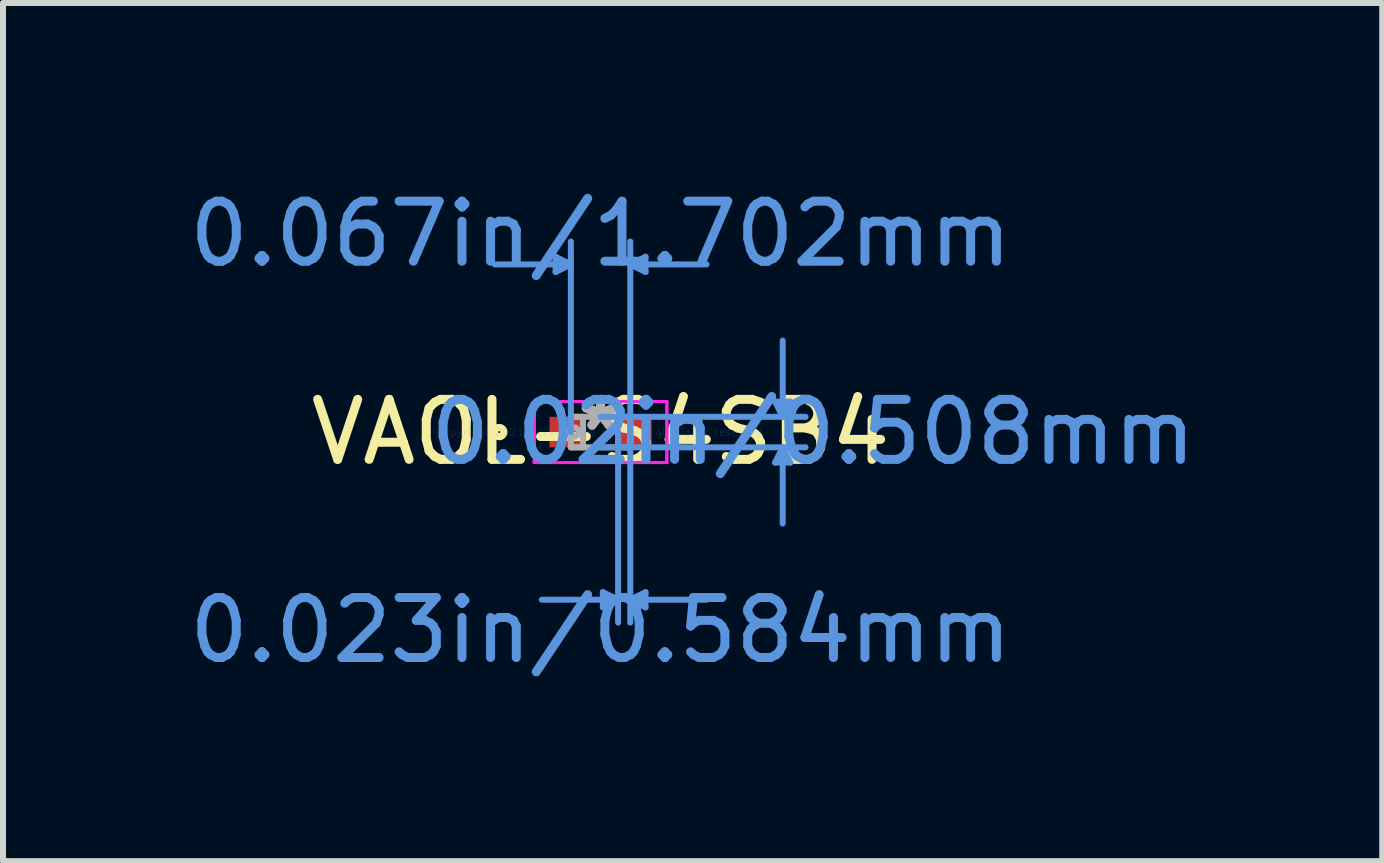
<source format=kicad_pcb>
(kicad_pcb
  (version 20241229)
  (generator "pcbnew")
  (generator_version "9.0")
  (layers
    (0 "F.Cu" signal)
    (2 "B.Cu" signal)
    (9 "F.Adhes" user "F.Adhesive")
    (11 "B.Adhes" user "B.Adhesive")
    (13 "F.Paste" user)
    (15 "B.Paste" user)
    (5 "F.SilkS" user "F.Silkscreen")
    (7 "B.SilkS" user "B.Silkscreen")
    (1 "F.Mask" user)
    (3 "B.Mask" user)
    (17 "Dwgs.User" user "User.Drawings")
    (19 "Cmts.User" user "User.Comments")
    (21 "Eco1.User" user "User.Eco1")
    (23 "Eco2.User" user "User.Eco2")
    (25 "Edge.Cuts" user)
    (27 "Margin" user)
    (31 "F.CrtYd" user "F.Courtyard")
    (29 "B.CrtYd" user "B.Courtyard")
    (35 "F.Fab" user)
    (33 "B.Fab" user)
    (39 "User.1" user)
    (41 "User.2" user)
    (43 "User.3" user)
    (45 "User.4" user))
  (footprint "VAOL-S4SB4"
    (layer "F.Cu")
    (at 6.958 4.15)
    (property "Reference" "VAOL-S4SB4" (at 0 0 0) (layer "F.SilkS") (effects (font (size 1 1) (thickness 0.15))))
    (attr through_hole)
    (fp_circle (center -1.689 0) (end -1.613 0) (stroke (width 0.12) (type solid)) (fill no) (layer "F.SilkS"))
    (fp_line (start -0.749 -2.921) (end -0.749 -2.667) (stroke (width 0.1) (type solid)) (layer "Cmts.User"))
    (fp_line (start -0.495 -2.794) (end -1.765 -2.794) (stroke (width 0.1) (type solid)) (layer "Cmts.User"))
    (fp_line (start -0.495 -2.794) (end -0.749 -2.921) (stroke (width 0.1) (type solid)) (layer "Cmts.User"))
    (fp_line (start -0.495 -2.794) (end -0.749 -2.667) (stroke (width 0.1) (type solid)) (layer "Cmts.User"))
    (fp_line (start -0.495 0) (end -0.495 -3.175) (stroke (width 0.1) (type solid)) (layer "Cmts.User"))
    (fp_line (start 0 -0.254) (end 3.416 -0.254) (stroke (width 0.1) (type solid)) (layer "Cmts.User"))
    (fp_line (start 0 0.254) (end 3.416 0.254) (stroke (width 0.1) (type solid)) (layer "Cmts.User"))
    (fp_line (start 0.038 2.667) (end 0.038 2.921) (stroke (width 0.1) (type solid)) (layer "Cmts.User"))
    (fp_line (start 0.292 0) (end 0.292 3.175) (stroke (width 0.1) (type solid)) (layer "Cmts.User"))
    (fp_line (start 0.292 2.794) (end -0.978 2.794) (stroke (width 0.1) (type solid)) (layer "Cmts.User"))
    (fp_line (start 0.292 2.794) (end 0.038 2.667) (stroke (width 0.1) (type solid)) (layer "Cmts.User"))
    (fp_line (start 0.292 2.794) (end 0.038 2.921) (stroke (width 0.1) (type solid)) (layer "Cmts.User"))
    (fp_line (start 0.495 -2.794) (end 0.749 -2.921) (stroke (width 0.1) (type solid)) (layer "Cmts.User"))
    (fp_line (start 0.495 -2.794) (end 0.749 -2.667) (stroke (width 0.1) (type solid)) (layer "Cmts.User"))
    (fp_line (start 0.495 -2.794) (end 1.765 -2.794) (stroke (width 0.1) (type solid)) (layer "Cmts.User"))
    (fp_line (start 0.495 0) (end 0.495 -3.175) (stroke (width 0.1) (type solid)) (layer "Cmts.User"))
    (fp_line (start 0.495 0) (end 0.495 3.175) (stroke (width 0.1) (type solid)) (layer "Cmts.User"))
    (fp_line (start 0.495 2.794) (end 0.749 2.667) (stroke (width 0.1) (type solid)) (layer "Cmts.User"))
    (fp_line (start 0.495 2.794) (end 0.749 2.921) (stroke (width 0.1) (type solid)) (layer "Cmts.User"))
    (fp_line (start 0.495 2.794) (end 1.765 2.794) (stroke (width 0.1) (type solid)) (layer "Cmts.User"))
    (fp_line (start 0.749 -2.921) (end 0.749 -2.667) (stroke (width 0.1) (type solid)) (layer "Cmts.User"))
    (fp_line (start 0.749 2.667) (end 0.749 2.921) (stroke (width 0.1) (type solid)) (layer "Cmts.User"))
    (fp_line (start 2.908 -0.508) (end 3.162 -0.508) (stroke (width 0.1) (type solid)) (layer "Cmts.User"))
    (fp_line (start 2.908 0.508) (end 3.162 0.508) (stroke (width 0.1) (type solid)) (layer "Cmts.User"))
    (fp_line (start 3.035 -0.254) (end 2.908 -0.508) (stroke (width 0.1) (type solid)) (layer "Cmts.User"))
    (fp_line (start 3.035 -0.254) (end 3.035 -1.524) (stroke (width 0.1) (type solid)) (layer "Cmts.User"))
    (fp_line (start 3.035 -0.254) (end 3.162 -0.508) (stroke (width 0.1) (type solid)) (layer "Cmts.User"))
    (fp_line (start 3.035 0.254) (end 2.908 0.508) (stroke (width 0.1) (type solid)) (layer "Cmts.User"))
    (fp_line (start 3.035 0.254) (end 3.035 1.524) (stroke (width 0.1) (type solid)) (layer "Cmts.User"))
    (fp_line (start 3.035 0.254) (end 3.162 0.508) (stroke (width 0.1) (type solid)) (layer "Cmts.User"))
    (fp_line (start -1.105 -0.508) (end 1.105 -0.508) (stroke (width 0.05) (type solid)) (layer "F.CrtYd"))
    (fp_line (start -1.105 -0.508) (end 1.105 -0.508) (stroke (width 0.05) (type solid)) (layer "F.CrtYd"))
    (fp_line (start -1.105 0.508) (end -1.105 -0.508) (stroke (width 0.05) (type solid)) (layer "F.CrtYd"))
    (fp_line (start -1.105 0.508) (end -1.105 -0.508) (stroke (width 0.05) (type solid)) (layer "F.CrtYd"))
    (fp_line (start 1.105 -0.508) (end 1.105 0.508) (stroke (width 0.05) (type solid)) (layer "F.CrtYd"))
    (fp_line (start 1.105 -0.508) (end 1.105 0.508) (stroke (width 0.05) (type solid)) (layer "F.CrtYd"))
    (fp_line (start 1.105 0.508) (end -1.105 0.508) (stroke (width 0.05) (type solid)) (layer "F.CrtYd"))
    (fp_line (start 1.105 0.508) (end -1.105 0.508) (stroke (width 0.05) (type solid)) (layer "F.CrtYd"))
    (fp_line (start -0.495 -0.254) (end -0.495 0.254) (stroke (width 0.1) (type solid)) (layer "F.Fab"))
    (fp_line (start -0.495 -0.254) (end -0.495 0.254) (stroke (width 0.1) (type solid)) (layer "F.Fab"))
    (fp_line (start -0.495 0.254) (end -0.292 0.254) (stroke (width 0.1) (type solid)) (layer "F.Fab"))
    (fp_line (start -0.495 0.254) (end 0.495 0.254) (stroke (width 0.1) (type solid)) (layer "F.Fab"))
    (fp_line (start -0.292 -0.254) (end -0.495 -0.254) (stroke (width 0.1) (type solid)) (layer "F.Fab"))
    (fp_line (start -0.292 0.254) (end -0.292 -0.254) (stroke (width 0.1) (type solid)) (layer "F.Fab"))
    (fp_line (start 0.292 -0.254) (end 0.292 0.254) (stroke (width 0.1) (type solid)) (layer "F.Fab"))
    (fp_line (start 0.292 0.254) (end 0.495 0.254) (stroke (width 0.1) (type solid)) (layer "F.Fab"))
    (fp_line (start 0.495 -0.254) (end -0.495 -0.254) (stroke (width 0.1) (type solid)) (layer "F.Fab"))
    (fp_line (start 0.495 -0.254) (end 0.292 -0.254) (stroke (width 0.1) (type solid)) (layer "F.Fab"))
    (fp_line (start 0.495 0.254) (end 0.495 -0.254) (stroke (width 0.1) (type solid)) (layer "F.Fab"))
    (fp_line (start 0.495 0.254) (end 0.495 -0.254) (stroke (width 0.1) (type solid)) (layer "F.Fab"))
    (fp_circle (center -0.445 0) (end -0.368 0) (stroke (width 0.1) (type solid)) (fill no) (layer "F.Fab"))
    (fp_text user "*" (at 0 0 0) (layer "F.SilkS") (effects (font (size 1 1) (thickness 0.15))))
    (fp_text user "0.067in/1.702mm" (at 0 -3.302 0) (layer "Cmts.User") (effects (font (size 1 1) (thickness 0.15))))
    (fp_text user "0.023in/0.584mm" (at 0 3.302 0) (layer "Cmts.User") (effects (font (size 1 1) (thickness 0.15))))
    (fp_text user "0.02in/0.508mm" (at 3.543 0 0) (layer "Cmts.User") (effects (font (size 1 1) (thickness 0.15))))
    (fp_text user "Copyright 2021 Accelerated Designs. All rights reserved." (at 0 0 0) (layer "Cmts.User") (effects (font (size 0.127 0.127) (thickness 0.002))))
    (fp_text user "*" (at 0 0 0) (layer "F.Fab") (effects (font (size 1 1) (thickness 0.15))))
    (pad "1" smd rect (at -0.572 0) (size 0.559 0.508) (layers "F.Cu" "F.Mask" "F.Paste"))
    (pad "2" smd rect (at 0.572 0) (size 0.559 0.508) (layers "F.Cu" "F.Mask" "F.Paste")))
  (gr_rect
    (start -3 -3)
    (end 19.984 11.3)
    (stroke (width 0.1) (type default))
    (fill no)
    (layer "Edge.Cuts")))
</source>
